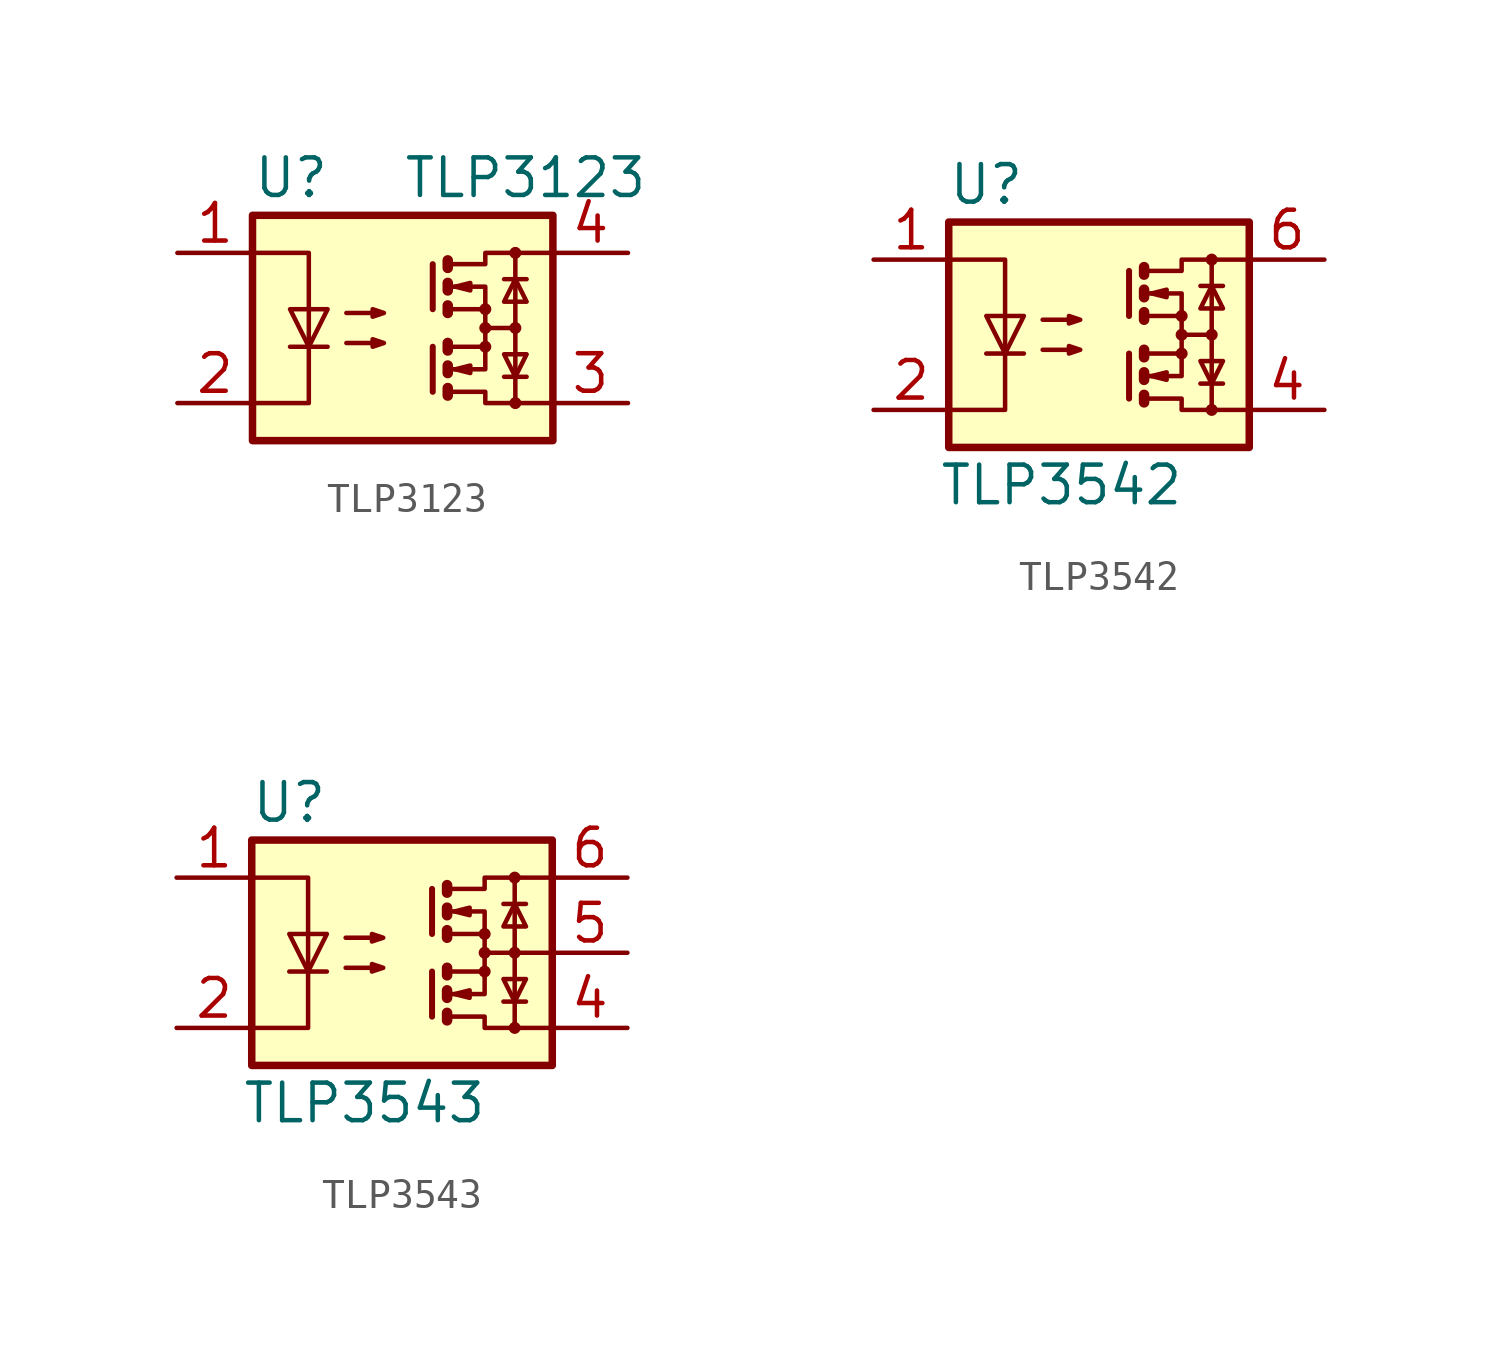
<source format=kicad_sym>
(kicad_symbol_lib
  (version 20241209)
  (generator "kicad_symbol_editor")
  (generator_version "9.0")
  (symbol "TLP3123"
    (property "Reference" "U"
      (at -5.08 5.08 0)
      (effects (font (size 1.27 1.27)) (justify left)))
    (property "Value" "TLP3123"
      (at 0 5.08 0)
      (effects (font (size 1.27 1.27)) (justify left)))
    (symbol "TLP3123_0_1"
      (rectangle (start -5.08 3.81) (end 5.08 -3.81) (stroke (width 0.254) (type default)) (fill (type background)))
      (polyline (pts (xy -5.08 2.54) (xy -3.175 2.54) (xy -3.175 -2.54) (xy -5.08 -2.54)) (stroke (width 0) (type default)) (fill (type none)))
      (polyline (pts (xy -3.81 -0.635) (xy -2.54 -0.635)) (stroke (width 0) (type default)) (fill (type none)))
      (polyline (pts (xy -3.175 -0.635) (xy -3.81 0.635) (xy -2.54 0.635) (xy -3.175 -0.635)) (stroke (width 0) (type default)) (fill (type none)))
      (polyline (pts (xy -1.905 0.508) (xy -0.635 0.508) (xy -1.016 0.381) (xy -1.016 0.635) (xy -0.635 0.508)) (stroke (width 0) (type default)) (fill (type none)))
      (polyline (pts (xy -1.905 -0.508) (xy -0.635 -0.508) (xy -1.016 -0.635) (xy -1.016 -0.381) (xy -0.635 -0.508)) (stroke (width 0) (type default)) (fill (type none)))
      (polyline (pts (xy 1.016 2.159) (xy 1.016 0.635)) (stroke (width 0.203) (type default)) (fill (type none)))
      (polyline (pts (xy 1.016 -0.635) (xy 1.016 -2.159)) (stroke (width 0.203) (type default)) (fill (type none)))
      (polyline (pts (xy 1.524 2.286) (xy 1.524 2.032) (xy 1.524 2.032)) (stroke (width 0.356) (type default)) (fill (type none)))
      (polyline (pts (xy 1.524 1.524) (xy 1.524 1.27) (xy 1.524 1.27)) (stroke (width 0.356) (type default)) (fill (type none)))
      (polyline (pts (xy 1.524 0.762) (xy 1.524 0.508) (xy 1.524 0.508)) (stroke (width 0.356) (type default)) (fill (type none)))
      (polyline (pts (xy 1.524 -0.508) (xy 1.524 -0.762)) (stroke (width 0.356) (type default)) (fill (type none)))
      (polyline (pts (xy 1.524 -1.27) (xy 1.524 -1.524) (xy 1.524 -1.524)) (stroke (width 0.356) (type default)) (fill (type none)))
      (polyline (pts (xy 1.524 -2.032) (xy 1.524 -2.286) (xy 1.524 -2.286)) (stroke (width 0.356) (type default)) (fill (type none)))
      (polyline (pts (xy 1.651 2.159) (xy 2.794 2.159) (xy 2.794 2.54) (xy 5.08 2.54)) (stroke (width 0) (type default)) (fill (type none)))
      (polyline (pts (xy 1.651 1.397) (xy 2.794 1.397) (xy 2.794 0.635)) (stroke (width 0) (type default)) (fill (type none)))
      (polyline (pts (xy 1.651 -0.635) (xy 2.794 -0.635) (xy 2.794 0.635) (xy 1.651 0.635)) (stroke (width 0) (type default)) (fill (type none)))
      (polyline (pts (xy 1.651 -1.397) (xy 2.794 -1.397) (xy 2.794 -0.635)) (stroke (width 0) (type default)) (fill (type none)))
      (polyline (pts (xy 1.651 -2.159) (xy 2.794 -2.159) (xy 2.794 -2.54) (xy 5.08 -2.54)) (stroke (width 0) (type default)) (fill (type none)))
      (polyline (pts (xy 1.778 1.397) (xy 2.286 1.524) (xy 2.286 1.27) (xy 1.778 1.397)) (stroke (width 0) (type default)) (fill (type none)))
      (polyline (pts (xy 1.778 -1.397) (xy 2.286 -1.27) (xy 2.286 -1.524) (xy 1.778 -1.397)) (stroke (width 0) (type default)) (fill (type none)))
      (circle (center 2.794 0.635) (radius 0.127) (stroke (width 0) (type default)) (fill (type none)))
      (polyline (pts (xy 2.794 0) (xy 3.81 0)) (stroke (width 0) (type default)) (fill (type none)))
      (circle (center 2.794 0) (radius 0.127) (stroke (width 0) (type default)) (fill (type none)))
      (circle (center 2.794 -0.635) (radius 0.127) (stroke (width 0) (type default)) (fill (type none)))
      (polyline (pts (xy 3.429 1.651) (xy 4.191 1.651)) (stroke (width 0) (type default)) (fill (type none)))
      (polyline (pts (xy 3.429 -1.651) (xy 4.191 -1.651)) (stroke (width 0) (type default)) (fill (type none)))
      (circle (center 3.81 2.54) (radius 0.127) (stroke (width 0) (type default)) (fill (type none)))
      (polyline (pts (xy 3.81 1.651) (xy 3.429 0.889) (xy 4.191 0.889) (xy 3.81 1.651)) (stroke (width 0) (type default)) (fill (type none)))
      (circle (center 3.81 0) (radius 0.127) (stroke (width 0) (type default)) (fill (type none)))
      (polyline (pts (xy 3.81 -1.651) (xy 3.429 -0.889) (xy 4.191 -0.889) (xy 3.81 -1.651)) (stroke (width 0) (type default)) (fill (type none)))
      (polyline (pts (xy 3.81 -2.54) (xy 3.81 2.54)) (stroke (width 0) (type default)) (fill (type none)))
      (circle (center 3.81 -2.54) (radius 0.127) (stroke (width 0) (type default)) (fill (type none))))
    (symbol "TLP3123_1_1"
      (pin passive line (at -7.62 2.54 0) (length 2.54) (name "~" (effects (font (size 1.27 1.27)))) (number "1" (effects (font (size 1.27 1.27)))))
      (pin passive line (at -7.62 -2.54 0) (length 2.54) (name "~" (effects (font (size 1.27 1.27)))) (number "2" (effects (font (size 1.27 1.27)))))
      (pin passive line (at 7.62 2.54 180) (length 2.54) (name "~" (effects (font (size 1.27 1.27)))) (number "4" (effects (font (size 1.27 1.27)))))
      (pin passive line (at 7.62 -2.54 180) (length 2.54) (name "~" (effects (font (size 1.27 1.27)))) (number "3" (effects (font (size 1.27 1.27)))))))
  (symbol "TLP3542"
    (property "Reference" "U"
      (at -3.81 5.08 0)
      (effects (font (size 1.27 1.27))))
    (property "Value" "TLP3542"
      (at -1.27 -5.08 0)
      (effects (font (size 1.27 1.27))))
    (symbol "TLP3542_0_1"
      (rectangle (start -5.08 3.81) (end 5.08 -3.81) (stroke (width 0.254) (type default)) (fill (type background)))
      (polyline (pts (xy -5.08 2.54) (xy -3.175 2.54) (xy -3.175 -2.54) (xy -5.08 -2.54)) (stroke (width 0) (type default)) (fill (type none)))
      (polyline (pts (xy -3.81 -0.635) (xy -2.54 -0.635)) (stroke (width 0) (type default)) (fill (type none)))
      (polyline (pts (xy -3.175 -0.635) (xy -3.81 0.635) (xy -2.54 0.635) (xy -3.175 -0.635)) (stroke (width 0) (type default)) (fill (type none)))
      (polyline (pts (xy -1.905 0.508) (xy -0.635 0.508) (xy -1.016 0.381) (xy -1.016 0.635) (xy -0.635 0.508)) (stroke (width 0) (type default)) (fill (type none)))
      (polyline (pts (xy -1.905 -0.508) (xy -0.635 -0.508) (xy -1.016 -0.635) (xy -1.016 -0.381) (xy -0.635 -0.508)) (stroke (width 0) (type default)) (fill (type none)))
      (polyline (pts (xy 1.016 2.159) (xy 1.016 0.635)) (stroke (width 0.203) (type default)) (fill (type none)))
      (polyline (pts (xy 1.016 -0.635) (xy 1.016 -2.159)) (stroke (width 0.203) (type default)) (fill (type none)))
      (polyline (pts (xy 1.524 2.286) (xy 1.524 2.032) (xy 1.524 2.032)) (stroke (width 0.356) (type default)) (fill (type none)))
      (polyline (pts (xy 1.524 1.524) (xy 1.524 1.27) (xy 1.524 1.27)) (stroke (width 0.356) (type default)) (fill (type none)))
      (polyline (pts (xy 1.524 0.762) (xy 1.524 0.508) (xy 1.524 0.508)) (stroke (width 0.356) (type default)) (fill (type none)))
      (polyline (pts (xy 1.524 -0.508) (xy 1.524 -0.762)) (stroke (width 0.356) (type default)) (fill (type none)))
      (polyline (pts (xy 1.524 -1.27) (xy 1.524 -1.524) (xy 1.524 -1.524)) (stroke (width 0.356) (type default)) (fill (type none)))
      (polyline (pts (xy 1.524 -2.032) (xy 1.524 -2.286) (xy 1.524 -2.286)) (stroke (width 0.356) (type default)) (fill (type none)))
      (polyline (pts (xy 1.651 2.159) (xy 2.794 2.159) (xy 2.794 2.54) (xy 5.08 2.54)) (stroke (width 0) (type default)) (fill (type none)))
      (polyline (pts (xy 1.651 1.397) (xy 2.794 1.397) (xy 2.794 0.635)) (stroke (width 0) (type default)) (fill (type none)))
      (polyline (pts (xy 1.651 -0.635) (xy 2.794 -0.635) (xy 2.794 0.635) (xy 1.651 0.635)) (stroke (width 0) (type default)) (fill (type none)))
      (polyline (pts (xy 1.651 -1.397) (xy 2.794 -1.397) (xy 2.794 -0.635)) (stroke (width 0) (type default)) (fill (type none)))
      (polyline (pts (xy 1.651 -2.159) (xy 2.794 -2.159) (xy 2.794 -2.54) (xy 5.08 -2.54)) (stroke (width 0) (type default)) (fill (type none)))
      (polyline (pts (xy 1.778 1.397) (xy 2.286 1.524) (xy 2.286 1.27) (xy 1.778 1.397)) (stroke (width 0) (type default)) (fill (type none)))
      (polyline (pts (xy 1.778 -1.397) (xy 2.286 -1.27) (xy 2.286 -1.524) (xy 1.778 -1.397)) (stroke (width 0) (type default)) (fill (type none)))
      (circle (center 2.794 0.635) (radius 0.127) (stroke (width 0) (type default)) (fill (type none)))
      (polyline (pts (xy 2.794 0) (xy 3.81 0)) (stroke (width 0) (type default)) (fill (type none)))
      (circle (center 2.794 0) (radius 0.127) (stroke (width 0) (type default)) (fill (type none)))
      (circle (center 2.794 -0.635) (radius 0.127) (stroke (width 0) (type default)) (fill (type none)))
      (polyline (pts (xy 3.429 1.651) (xy 4.191 1.651)) (stroke (width 0) (type default)) (fill (type none)))
      (polyline (pts (xy 3.429 -1.651) (xy 4.191 -1.651)) (stroke (width 0) (type default)) (fill (type none)))
      (circle (center 3.81 2.54) (radius 0.127) (stroke (width 0) (type default)) (fill (type none)))
      (polyline (pts (xy 3.81 1.651) (xy 3.429 0.889) (xy 4.191 0.889) (xy 3.81 1.651)) (stroke (width 0) (type default)) (fill (type none)))
      (circle (center 3.81 0) (radius 0.127) (stroke (width 0) (type default)) (fill (type none)))
      (polyline (pts (xy 3.81 -1.651) (xy 3.429 -0.889) (xy 4.191 -0.889) (xy 3.81 -1.651)) (stroke (width 0) (type default)) (fill (type none)))
      (polyline (pts (xy 3.81 -2.54) (xy 3.81 2.54)) (stroke (width 0) (type default)) (fill (type none)))
      (circle (center 3.81 -2.54) (radius 0.127) (stroke (width 0) (type default)) (fill (type none))))
    (symbol "TLP3542_1_1"
      (pin passive line (at -7.62 2.54 0) (length 2.54) (name "~" (effects (font (size 1.27 1.27)))) (number "1" (effects (font (size 1.27 1.27)))))
      (pin passive line (at -7.62 -2.54 0) (length 2.54) (name "~" (effects (font (size 1.27 1.27)))) (number "2" (effects (font (size 1.27 1.27)))))
      (pin no_connect line (at -5.08 0 0) (length 2.54) (hide yes) (name "~" (effects (font (size 1.27 1.27)))) (number "3" (effects (font (size 1.27 1.27)))))
      (pin passive line (at 7.62 2.54 180) (length 2.54) (name "~" (effects (font (size 1.27 1.27)))) (number "6" (effects (font (size 1.27 1.27)))))
      (pin passive line (at 7.62 -2.54 180) (length 2.54) (name "~" (effects (font (size 1.27 1.27)))) (number "4" (effects (font (size 1.27 1.27)))))))
  (symbol "TLP3543"
    (property "Reference" "U"
      (at -3.81 5.08 0)
      (effects (font (size 1.27 1.27))))
    (property "Value" "TLP3543"
      (at -1.27 -5.08 0)
      (effects (font (size 1.27 1.27))))
    (symbol "TLP3543_0_1"
      (rectangle (start -5.08 3.81) (end 5.08 -3.81) (stroke (width 0.254) (type default)) (fill (type background)))
      (polyline (pts (xy -5.08 2.54) (xy -3.175 2.54) (xy -3.175 -2.54) (xy -5.08 -2.54)) (stroke (width 0) (type default)) (fill (type none)))
      (polyline (pts (xy -3.81 -0.635) (xy -2.54 -0.635)) (stroke (width 0) (type default)) (fill (type none)))
      (polyline (pts (xy -3.175 -0.635) (xy -3.81 0.635) (xy -2.54 0.635) (xy -3.175 -0.635)) (stroke (width 0) (type default)) (fill (type none)))
      (polyline (pts (xy -1.905 0.508) (xy -0.635 0.508) (xy -1.016 0.381) (xy -1.016 0.635) (xy -0.635 0.508)) (stroke (width 0) (type default)) (fill (type none)))
      (polyline (pts (xy -1.905 -0.508) (xy -0.635 -0.508) (xy -1.016 -0.635) (xy -1.016 -0.381) (xy -0.635 -0.508)) (stroke (width 0) (type default)) (fill (type none)))
      (polyline (pts (xy 1.016 2.159) (xy 1.016 0.635)) (stroke (width 0.203) (type default)) (fill (type none)))
      (polyline (pts (xy 1.016 -0.635) (xy 1.016 -2.159)) (stroke (width 0.203) (type default)) (fill (type none)))
      (polyline (pts (xy 1.524 2.286) (xy 1.524 2.032) (xy 1.524 2.032)) (stroke (width 0.356) (type default)) (fill (type none)))
      (polyline (pts (xy 1.524 1.524) (xy 1.524 1.27) (xy 1.524 1.27)) (stroke (width 0.356) (type default)) (fill (type none)))
      (polyline (pts (xy 1.524 0.762) (xy 1.524 0.508) (xy 1.524 0.508)) (stroke (width 0.356) (type default)) (fill (type none)))
      (polyline (pts (xy 1.524 -0.508) (xy 1.524 -0.762)) (stroke (width 0.356) (type default)) (fill (type none)))
      (polyline (pts (xy 1.524 -1.27) (xy 1.524 -1.524) (xy 1.524 -1.524)) (stroke (width 0.356) (type default)) (fill (type none)))
      (polyline (pts (xy 1.524 -2.032) (xy 1.524 -2.286) (xy 1.524 -2.286)) (stroke (width 0.356) (type default)) (fill (type none)))
      (polyline (pts (xy 1.651 2.159) (xy 2.794 2.159) (xy 2.794 2.54) (xy 5.08 2.54)) (stroke (width 0) (type default)) (fill (type none)))
      (polyline (pts (xy 1.651 1.397) (xy 2.794 1.397) (xy 2.794 0.635)) (stroke (width 0) (type default)) (fill (type none)))
      (polyline (pts (xy 1.651 -0.635) (xy 2.794 -0.635) (xy 2.794 0.635) (xy 1.651 0.635)) (stroke (width 0) (type default)) (fill (type none)))
      (polyline (pts (xy 1.651 -1.397) (xy 2.794 -1.397) (xy 2.794 -0.635)) (stroke (width 0) (type default)) (fill (type none)))
      (polyline (pts (xy 1.651 -2.159) (xy 2.794 -2.159) (xy 2.794 -2.54) (xy 5.08 -2.54)) (stroke (width 0) (type default)) (fill (type none)))
      (polyline (pts (xy 1.778 1.397) (xy 2.286 1.524) (xy 2.286 1.27) (xy 1.778 1.397)) (stroke (width 0) (type default)) (fill (type none)))
      (polyline (pts (xy 1.778 -1.397) (xy 2.286 -1.27) (xy 2.286 -1.524) (xy 1.778 -1.397)) (stroke (width 0) (type default)) (fill (type none)))
      (circle (center 2.794 0.635) (radius 0.127) (stroke (width 0) (type default)) (fill (type none)))
      (polyline (pts (xy 2.794 0) (xy 5.08 0)) (stroke (width 0) (type default)) (fill (type none)))
      (circle (center 2.794 0) (radius 0.127) (stroke (width 0) (type default)) (fill (type none)))
      (circle (center 2.794 -0.635) (radius 0.127) (stroke (width 0) (type default)) (fill (type none)))
      (polyline (pts (xy 3.429 1.651) (xy 4.191 1.651)) (stroke (width 0) (type default)) (fill (type none)))
      (polyline (pts (xy 3.429 -1.651) (xy 4.191 -1.651)) (stroke (width 0) (type default)) (fill (type none)))
      (circle (center 3.81 2.54) (radius 0.127) (stroke (width 0) (type default)) (fill (type none)))
      (polyline (pts (xy 3.81 1.651) (xy 3.429 0.889) (xy 4.191 0.889) (xy 3.81 1.651)) (stroke (width 0) (type default)) (fill (type none)))
      (circle (center 3.81 0) (radius 0.127) (stroke (width 0) (type default)) (fill (type none)))
      (polyline (pts (xy 3.81 -1.651) (xy 3.429 -0.889) (xy 4.191 -0.889) (xy 3.81 -1.651)) (stroke (width 0) (type default)) (fill (type none)))
      (polyline (pts (xy 3.81 -2.54) (xy 3.81 2.54)) (stroke (width 0) (type default)) (fill (type none)))
      (circle (center 3.81 -2.54) (radius 0.127) (stroke (width 0) (type default)) (fill (type none))))
    (symbol "TLP3543_1_1"
      (pin passive line (at -7.62 2.54 0) (length 2.54) (name "~" (effects (font (size 1.27 1.27)))) (number "1" (effects (font (size 1.27 1.27)))))
      (pin passive line (at -7.62 -2.54 0) (length 2.54) (name "~" (effects (font (size 1.27 1.27)))) (number "2" (effects (font (size 1.27 1.27)))))
      (pin no_connect line (at -5.08 0 0) (length 2.54) (hide yes) (name "~" (effects (font (size 1.27 1.27)))) (number "3" (effects (font (size 1.27 1.27)))))
      (pin passive line (at 7.62 2.54 180) (length 2.54) (name "~" (effects (font (size 1.27 1.27)))) (number "6" (effects (font (size 1.27 1.27)))))
      (pin passive line (at 7.62 0 180) (length 2.54) (name "~" (effects (font (size 1.27 1.27)))) (number "5" (effects (font (size 1.27 1.27)))))
      (pin passive line (at 7.62 -2.54 180) (length 2.54) (name "~" (effects (font (size 1.27 1.27)))) (number "4" (effects (font (size 1.27 1.27))))))))
</source>
